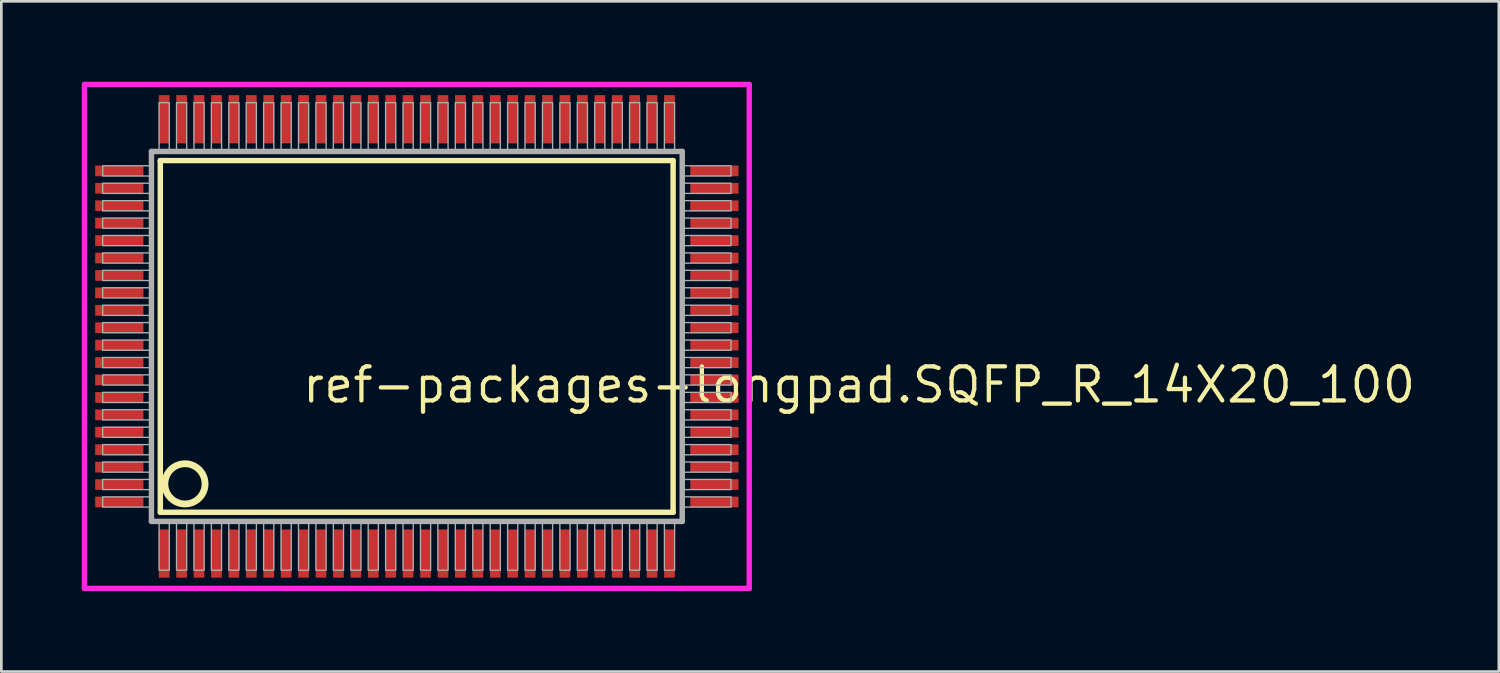
<source format=kicad_pcb>
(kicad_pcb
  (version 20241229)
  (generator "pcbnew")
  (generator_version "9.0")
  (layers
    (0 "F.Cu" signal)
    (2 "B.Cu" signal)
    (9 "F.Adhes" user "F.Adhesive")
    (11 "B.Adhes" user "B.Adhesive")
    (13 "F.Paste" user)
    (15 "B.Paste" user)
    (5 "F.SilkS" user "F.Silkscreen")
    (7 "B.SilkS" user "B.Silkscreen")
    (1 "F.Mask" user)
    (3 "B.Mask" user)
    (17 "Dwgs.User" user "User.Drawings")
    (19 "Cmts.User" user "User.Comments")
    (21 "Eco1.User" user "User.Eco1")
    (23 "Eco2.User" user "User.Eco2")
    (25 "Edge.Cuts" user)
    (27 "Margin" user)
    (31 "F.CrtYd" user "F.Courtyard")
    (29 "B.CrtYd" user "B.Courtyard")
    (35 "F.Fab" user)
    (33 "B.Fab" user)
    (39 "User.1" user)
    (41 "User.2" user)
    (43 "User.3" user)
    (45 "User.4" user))
  (footprint "ref-packages-longpad.SQFP_R_14X20_100"
    (layer "F.Cu")
    (at 12.5 9.5)
    (property "Reference" "ref-packages-longpad.SQFP_R_14X20_100" (at -4.35 2.55 0) (layer "F.SilkS") (effects (font (size 1.27 1.27) (thickness 0.16)) (justify left bottom)))
    (attr smd)
    (fp_line (start -9.57 -6.56) (end 9.56 -6.56) (stroke (width 0.203) (type default)) (layer "F.SilkS"))
    (fp_line (start -9.57 6.56) (end -9.57 -6.56) (stroke (width 0.203) (type default)) (layer "F.SilkS"))
    (fp_line (start 9.56 -6.56) (end 9.56 6.56) (stroke (width 0.203) (type default)) (layer "F.SilkS"))
    (fp_line (start 9.56 6.56) (end -9.57 6.56) (stroke (width 0.203) (type default)) (layer "F.SilkS"))
    (fp_circle (center -8.65 5.5) (end -7.9 5.5) (stroke (width 0.254) (type default)) (fill no) (layer "F.SilkS"))
    (fp_line (start -12.4 -9.4) (end 12.4 -9.4) (stroke (width 0.2) (type default)) (layer "F.CrtYd"))
    (fp_line (start -12.4 9.4) (end -12.4 -9.4) (stroke (width 0.2) (type default)) (layer "F.CrtYd"))
    (fp_line (start 12.4 -9.4) (end 12.4 9.4) (stroke (width 0.2) (type default)) (layer "F.CrtYd"))
    (fp_line (start 12.4 9.4) (end -12.4 9.4) (stroke (width 0.2) (type default)) (layer "F.CrtYd"))
    (fp_line (start -9.9 -6.9) (end -9.9 6.9) (stroke (width 0.203) (type default)) (layer "F.Fab"))
    (fp_line (start -9.9 6.9) (end 9.9 6.9) (stroke (width 0.203) (type default)) (layer "F.Fab"))
    (fp_line (start 9.9 -6.9) (end -9.9 -6.9) (stroke (width 0.203) (type default)) (layer "F.Fab"))
    (fp_line (start 9.9 6.9) (end 9.9 -6.9) (stroke (width 0.203) (type default)) (layer "F.Fab"))
    (fp_rect (start -11.72 -5.985) (end -9.95 -6.365) (stroke (width 0.05) (type default)) (fill no) (layer "F.Fab"))
    (fp_rect (start -11.72 -5.335) (end -9.95 -5.715) (stroke (width 0.05) (type default)) (fill no) (layer "F.Fab"))
    (fp_rect (start -11.72 -4.685) (end -9.95 -5.065) (stroke (width 0.05) (type default)) (fill no) (layer "F.Fab"))
    (fp_rect (start -11.72 -4.035) (end -9.95 -4.415) (stroke (width 0.05) (type default)) (fill no) (layer "F.Fab"))
    (fp_rect (start -11.72 -3.385) (end -9.95 -3.765) (stroke (width 0.05) (type default)) (fill no) (layer "F.Fab"))
    (fp_rect (start -11.72 -2.735) (end -9.95 -3.115) (stroke (width 0.05) (type default)) (fill no) (layer "F.Fab"))
    (fp_rect (start -11.72 -2.085) (end -9.95 -2.465) (stroke (width 0.05) (type default)) (fill no) (layer "F.Fab"))
    (fp_rect (start -11.72 -1.435) (end -9.95 -1.815) (stroke (width 0.05) (type default)) (fill no) (layer "F.Fab"))
    (fp_rect (start -11.72 -0.785) (end -9.95 -1.165) (stroke (width 0.05) (type default)) (fill no) (layer "F.Fab"))
    (fp_rect (start -11.72 -0.135) (end -9.95 -0.515) (stroke (width 0.05) (type default)) (fill no) (layer "F.Fab"))
    (fp_rect (start -11.72 0.515) (end -9.95 0.135) (stroke (width 0.05) (type default)) (fill no) (layer "F.Fab"))
    (fp_rect (start -11.72 1.165) (end -9.95 0.785) (stroke (width 0.05) (type default)) (fill no) (layer "F.Fab"))
    (fp_rect (start -11.72 1.815) (end -9.95 1.435) (stroke (width 0.05) (type default)) (fill no) (layer "F.Fab"))
    (fp_rect (start -11.72 2.465) (end -9.95 2.085) (stroke (width 0.05) (type default)) (fill no) (layer "F.Fab"))
    (fp_rect (start -11.72 3.115) (end -9.95 2.735) (stroke (width 0.05) (type default)) (fill no) (layer "F.Fab"))
    (fp_rect (start -11.72 3.765) (end -9.95 3.385) (stroke (width 0.05) (type default)) (fill no) (layer "F.Fab"))
    (fp_rect (start -11.72 4.415) (end -9.95 4.035) (stroke (width 0.05) (type default)) (fill no) (layer "F.Fab"))
    (fp_rect (start -11.72 5.065) (end -9.95 4.685) (stroke (width 0.05) (type default)) (fill no) (layer "F.Fab"))
    (fp_rect (start -11.72 5.715) (end -9.95 5.335) (stroke (width 0.05) (type default)) (fill no) (layer "F.Fab"))
    (fp_rect (start -11.72 6.365) (end -9.95 5.985) (stroke (width 0.05) (type default)) (fill no) (layer "F.Fab"))
    (fp_rect (start -9.615 -6.95) (end -9.235 -8.72) (stroke (width 0.05) (type default)) (fill no) (layer "F.Fab"))
    (fp_rect (start -9.615 8.72) (end -9.235 6.95) (stroke (width 0.05) (type default)) (fill no) (layer "F.Fab"))
    (fp_rect (start -8.965 -6.95) (end -8.585 -8.72) (stroke (width 0.05) (type default)) (fill no) (layer "F.Fab"))
    (fp_rect (start -8.965 8.72) (end -8.585 6.95) (stroke (width 0.05) (type default)) (fill no) (layer "F.Fab"))
    (fp_rect (start -8.315 -6.95) (end -7.935 -8.72) (stroke (width 0.05) (type default)) (fill no) (layer "F.Fab"))
    (fp_rect (start -8.315 8.72) (end -7.935 6.95) (stroke (width 0.05) (type default)) (fill no) (layer "F.Fab"))
    (fp_rect (start -7.665 -6.95) (end -7.285 -8.72) (stroke (width 0.05) (type default)) (fill no) (layer "F.Fab"))
    (fp_rect (start -7.665 8.72) (end -7.285 6.95) (stroke (width 0.05) (type default)) (fill no) (layer "F.Fab"))
    (fp_rect (start -7.015 -6.95) (end -6.635 -8.72) (stroke (width 0.05) (type default)) (fill no) (layer "F.Fab"))
    (fp_rect (start -7.015 8.72) (end -6.635 6.95) (stroke (width 0.05) (type default)) (fill no) (layer "F.Fab"))
    (fp_rect (start -6.365 -6.95) (end -5.985 -8.72) (stroke (width 0.05) (type default)) (fill no) (layer "F.Fab"))
    (fp_rect (start -6.365 8.72) (end -5.985 6.95) (stroke (width 0.05) (type default)) (fill no) (layer "F.Fab"))
    (fp_rect (start -5.715 -6.95) (end -5.335 -8.72) (stroke (width 0.05) (type default)) (fill no) (layer "F.Fab"))
    (fp_rect (start -5.715 8.72) (end -5.335 6.95) (stroke (width 0.05) (type default)) (fill no) (layer "F.Fab"))
    (fp_rect (start -5.065 -6.95) (end -4.685 -8.72) (stroke (width 0.05) (type default)) (fill no) (layer "F.Fab"))
    (fp_rect (start -5.065 8.72) (end -4.685 6.95) (stroke (width 0.05) (type default)) (fill no) (layer "F.Fab"))
    (fp_rect (start -4.415 -6.95) (end -4.035 -8.72) (stroke (width 0.05) (type default)) (fill no) (layer "F.Fab"))
    (fp_rect (start -4.415 8.72) (end -4.035 6.95) (stroke (width 0.05) (type default)) (fill no) (layer "F.Fab"))
    (fp_rect (start -3.765 -6.95) (end -3.385 -8.72) (stroke (width 0.05) (type default)) (fill no) (layer "F.Fab"))
    (fp_rect (start -3.765 8.72) (end -3.385 6.95) (stroke (width 0.05) (type default)) (fill no) (layer "F.Fab"))
    (fp_rect (start -3.115 -6.95) (end -2.735 -8.72) (stroke (width 0.05) (type default)) (fill no) (layer "F.Fab"))
    (fp_rect (start -3.115 8.72) (end -2.735 6.95) (stroke (width 0.05) (type default)) (fill no) (layer "F.Fab"))
    (fp_rect (start -2.465 -6.95) (end -2.085 -8.72) (stroke (width 0.05) (type default)) (fill no) (layer "F.Fab"))
    (fp_rect (start -2.465 8.72) (end -2.085 6.95) (stroke (width 0.05) (type default)) (fill no) (layer "F.Fab"))
    (fp_rect (start -1.815 -6.95) (end -1.435 -8.72) (stroke (width 0.05) (type default)) (fill no) (layer "F.Fab"))
    (fp_rect (start -1.815 8.72) (end -1.435 6.95) (stroke (width 0.05) (type default)) (fill no) (layer "F.Fab"))
    (fp_rect (start -1.165 -6.95) (end -0.785 -8.72) (stroke (width 0.05) (type default)) (fill no) (layer "F.Fab"))
    (fp_rect (start -1.165 8.72) (end -0.785 6.95) (stroke (width 0.05) (type default)) (fill no) (layer "F.Fab"))
    (fp_rect (start -0.515 -6.95) (end -0.135 -8.72) (stroke (width 0.05) (type default)) (fill no) (layer "F.Fab"))
    (fp_rect (start -0.515 8.72) (end -0.135 6.95) (stroke (width 0.05) (type default)) (fill no) (layer "F.Fab"))
    (fp_rect (start 0.135 -6.95) (end 0.515 -8.72) (stroke (width 0.05) (type default)) (fill no) (layer "F.Fab"))
    (fp_rect (start 0.135 8.72) (end 0.515 6.95) (stroke (width 0.05) (type default)) (fill no) (layer "F.Fab"))
    (fp_rect (start 0.785 -6.95) (end 1.165 -8.72) (stroke (width 0.05) (type default)) (fill no) (layer "F.Fab"))
    (fp_rect (start 0.785 8.72) (end 1.165 6.95) (stroke (width 0.05) (type default)) (fill no) (layer "F.Fab"))
    (fp_rect (start 1.435 -6.95) (end 1.815 -8.72) (stroke (width 0.05) (type default)) (fill no) (layer "F.Fab"))
    (fp_rect (start 1.435 8.72) (end 1.815 6.95) (stroke (width 0.05) (type default)) (fill no) (layer "F.Fab"))
    (fp_rect (start 2.085 -6.95) (end 2.465 -8.72) (stroke (width 0.05) (type default)) (fill no) (layer "F.Fab"))
    (fp_rect (start 2.085 8.72) (end 2.465 6.95) (stroke (width 0.05) (type default)) (fill no) (layer "F.Fab"))
    (fp_rect (start 2.735 -6.95) (end 3.115 -8.72) (stroke (width 0.05) (type default)) (fill no) (layer "F.Fab"))
    (fp_rect (start 2.735 8.72) (end 3.115 6.95) (stroke (width 0.05) (type default)) (fill no) (layer "F.Fab"))
    (fp_rect (start 3.385 -6.95) (end 3.765 -8.72) (stroke (width 0.05) (type default)) (fill no) (layer "F.Fab"))
    (fp_rect (start 3.385 8.72) (end 3.765 6.95) (stroke (width 0.05) (type default)) (fill no) (layer "F.Fab"))
    (fp_rect (start 4.035 -6.95) (end 4.415 -8.72) (stroke (width 0.05) (type default)) (fill no) (layer "F.Fab"))
    (fp_rect (start 4.035 8.72) (end 4.415 6.95) (stroke (width 0.05) (type default)) (fill no) (layer "F.Fab"))
    (fp_rect (start 4.685 -6.95) (end 5.065 -8.72) (stroke (width 0.05) (type default)) (fill no) (layer "F.Fab"))
    (fp_rect (start 4.685 8.72) (end 5.065 6.95) (stroke (width 0.05) (type default)) (fill no) (layer "F.Fab"))
    (fp_rect (start 5.335 -6.95) (end 5.715 -8.72) (stroke (width 0.05) (type default)) (fill no) (layer "F.Fab"))
    (fp_rect (start 5.335 8.72) (end 5.715 6.95) (stroke (width 0.05) (type default)) (fill no) (layer "F.Fab"))
    (fp_rect (start 5.985 -6.95) (end 6.365 -8.72) (stroke (width 0.05) (type default)) (fill no) (layer "F.Fab"))
    (fp_rect (start 5.985 8.72) (end 6.365 6.95) (stroke (width 0.05) (type default)) (fill no) (layer "F.Fab"))
    (fp_rect (start 6.635 -6.95) (end 7.015 -8.72) (stroke (width 0.05) (type default)) (fill no) (layer "F.Fab"))
    (fp_rect (start 6.635 8.72) (end 7.015 6.95) (stroke (width 0.05) (type default)) (fill no) (layer "F.Fab"))
    (fp_rect (start 7.285 -6.95) (end 7.665 -8.72) (stroke (width 0.05) (type default)) (fill no) (layer "F.Fab"))
    (fp_rect (start 7.285 8.72) (end 7.665 6.95) (stroke (width 0.05) (type default)) (fill no) (layer "F.Fab"))
    (fp_rect (start 7.935 -6.95) (end 8.315 -8.72) (stroke (width 0.05) (type default)) (fill no) (layer "F.Fab"))
    (fp_rect (start 7.935 8.72) (end 8.315 6.95) (stroke (width 0.05) (type default)) (fill no) (layer "F.Fab"))
    (fp_rect (start 8.585 -6.95) (end 8.965 -8.72) (stroke (width 0.05) (type default)) (fill no) (layer "F.Fab"))
    (fp_rect (start 8.585 8.72) (end 8.965 6.95) (stroke (width 0.05) (type default)) (fill no) (layer "F.Fab"))
    (fp_rect (start 9.235 -6.95) (end 9.615 -8.72) (stroke (width 0.05) (type default)) (fill no) (layer "F.Fab"))
    (fp_rect (start 9.235 8.72) (end 9.615 6.95) (stroke (width 0.05) (type default)) (fill no) (layer "F.Fab"))
    (fp_rect (start 9.95 -5.985) (end 11.72 -6.365) (stroke (width 0.05) (type default)) (fill no) (layer "F.Fab"))
    (fp_rect (start 9.95 -5.335) (end 11.72 -5.715) (stroke (width 0.05) (type default)) (fill no) (layer "F.Fab"))
    (fp_rect (start 9.95 -4.685) (end 11.72 -5.065) (stroke (width 0.05) (type default)) (fill no) (layer "F.Fab"))
    (fp_rect (start 9.95 -4.035) (end 11.72 -4.415) (stroke (width 0.05) (type default)) (fill no) (layer "F.Fab"))
    (fp_rect (start 9.95 -3.385) (end 11.72 -3.765) (stroke (width 0.05) (type default)) (fill no) (layer "F.Fab"))
    (fp_rect (start 9.95 -2.735) (end 11.72 -3.115) (stroke (width 0.05) (type default)) (fill no) (layer "F.Fab"))
    (fp_rect (start 9.95 -2.085) (end 11.72 -2.465) (stroke (width 0.05) (type default)) (fill no) (layer "F.Fab"))
    (fp_rect (start 9.95 -1.435) (end 11.72 -1.815) (stroke (width 0.05) (type default)) (fill no) (layer "F.Fab"))
    (fp_rect (start 9.95 -0.785) (end 11.72 -1.165) (stroke (width 0.05) (type default)) (fill no) (layer "F.Fab"))
    (fp_rect (start 9.95 -0.135) (end 11.72 -0.515) (stroke (width 0.05) (type default)) (fill no) (layer "F.Fab"))
    (fp_rect (start 9.95 0.515) (end 11.72 0.135) (stroke (width 0.05) (type default)) (fill no) (layer "F.Fab"))
    (fp_rect (start 9.95 1.165) (end 11.72 0.785) (stroke (width 0.05) (type default)) (fill no) (layer "F.Fab"))
    (fp_rect (start 9.95 1.815) (end 11.72 1.435) (stroke (width 0.05) (type default)) (fill no) (layer "F.Fab"))
    (fp_rect (start 9.95 2.465) (end 11.72 2.085) (stroke (width 0.05) (type default)) (fill no) (layer "F.Fab"))
    (fp_rect (start 9.95 3.115) (end 11.72 2.735) (stroke (width 0.05) (type default)) (fill no) (layer "F.Fab"))
    (fp_rect (start 9.95 3.765) (end 11.72 3.385) (stroke (width 0.05) (type default)) (fill no) (layer "F.Fab"))
    (fp_rect (start 9.95 4.415) (end 11.72 4.035) (stroke (width 0.05) (type default)) (fill no) (layer "F.Fab"))
    (fp_rect (start 9.95 5.065) (end 11.72 4.685) (stroke (width 0.05) (type default)) (fill no) (layer "F.Fab"))
    (fp_rect (start 9.95 5.715) (end 11.72 5.335) (stroke (width 0.05) (type default)) (fill no) (layer "F.Fab"))
    (fp_rect (start 9.95 6.365) (end 11.72 5.985) (stroke (width 0.05) (type default)) (fill no) (layer "F.Fab"))
    (pad "1" smd roundrect (at -9.425 8.1) (size 0.4 1.8) (layers "F.Cu" "F.Mask" "F.Paste") (roundrect_rratio 0.01))
    (pad "2" smd roundrect (at -8.775 8.1) (size 0.4 1.8) (layers "F.Cu" "F.Mask" "F.Paste") (roundrect_rratio 0.01))
    (pad "3" smd roundrect (at -8.125 8.1) (size 0.4 1.8) (layers "F.Cu" "F.Mask" "F.Paste") (roundrect_rratio 0.01))
    (pad "4" smd roundrect (at -7.475 8.1) (size 0.4 1.8) (layers "F.Cu" "F.Mask" "F.Paste") (roundrect_rratio 0.01))
    (pad "5" smd roundrect (at -6.825 8.1) (size 0.4 1.8) (layers "F.Cu" "F.Mask" "F.Paste") (roundrect_rratio 0.01))
    (pad "6" smd roundrect (at -6.175 8.1) (size 0.4 1.8) (layers "F.Cu" "F.Mask" "F.Paste") (roundrect_rratio 0.01))
    (pad "7" smd roundrect (at -5.525 8.1) (size 0.4 1.8) (layers "F.Cu" "F.Mask" "F.Paste") (roundrect_rratio 0.01))
    (pad "8" smd roundrect (at -4.875 8.1) (size 0.4 1.8) (layers "F.Cu" "F.Mask" "F.Paste") (roundrect_rratio 0.01))
    (pad "9" smd roundrect (at -4.225 8.1) (size 0.4 1.8) (layers "F.Cu" "F.Mask" "F.Paste") (roundrect_rratio 0.01))
    (pad "10" smd roundrect (at -3.575 8.1) (size 0.4 1.8) (layers "F.Cu" "F.Mask" "F.Paste") (roundrect_rratio 0.01))
    (pad "11" smd roundrect (at -2.925 8.1) (size 0.4 1.8) (layers "F.Cu" "F.Mask" "F.Paste") (roundrect_rratio 0.01))
    (pad "12" smd roundrect (at -2.275 8.1) (size 0.4 1.8) (layers "F.Cu" "F.Mask" "F.Paste") (roundrect_rratio 0.01))
    (pad "13" smd roundrect (at -1.625 8.1) (size 0.4 1.8) (layers "F.Cu" "F.Mask" "F.Paste") (roundrect_rratio 0.01))
    (pad "14" smd roundrect (at -0.975 8.1) (size 0.4 1.8) (layers "F.Cu" "F.Mask" "F.Paste") (roundrect_rratio 0.01))
    (pad "15" smd roundrect (at -0.325 8.1) (size 0.4 1.8) (layers "F.Cu" "F.Mask" "F.Paste") (roundrect_rratio 0.01))
    (pad "16" smd roundrect (at 0.325 8.1) (size 0.4 1.8) (layers "F.Cu" "F.Mask" "F.Paste") (roundrect_rratio 0.01))
    (pad "17" smd roundrect (at 0.975 8.1) (size 0.4 1.8) (layers "F.Cu" "F.Mask" "F.Paste") (roundrect_rratio 0.01))
    (pad "18" smd roundrect (at 1.625 8.1) (size 0.4 1.8) (layers "F.Cu" "F.Mask" "F.Paste") (roundrect_rratio 0.01))
    (pad "19" smd roundrect (at 2.275 8.1) (size 0.4 1.8) (layers "F.Cu" "F.Mask" "F.Paste") (roundrect_rratio 0.01))
    (pad "20" smd roundrect (at 2.925 8.1) (size 0.4 1.8) (layers "F.Cu" "F.Mask" "F.Paste") (roundrect_rratio 0.01))
    (pad "21" smd roundrect (at 3.575 8.1) (size 0.4 1.8) (layers "F.Cu" "F.Mask" "F.Paste") (roundrect_rratio 0.01))
    (pad "22" smd roundrect (at 4.225 8.1) (size 0.4 1.8) (layers "F.Cu" "F.Mask" "F.Paste") (roundrect_rratio 0.01))
    (pad "23" smd roundrect (at 4.875 8.1) (size 0.4 1.8) (layers "F.Cu" "F.Mask" "F.Paste") (roundrect_rratio 0.01))
    (pad "24" smd roundrect (at 5.525 8.1) (size 0.4 1.8) (layers "F.Cu" "F.Mask" "F.Paste") (roundrect_rratio 0.01))
    (pad "25" smd roundrect (at 6.175 8.1) (size 0.4 1.8) (layers "F.Cu" "F.Mask" "F.Paste") (roundrect_rratio 0.01))
    (pad "26" smd roundrect (at 6.825 8.1) (size 0.4 1.8) (layers "F.Cu" "F.Mask" "F.Paste") (roundrect_rratio 0.01))
    (pad "27" smd roundrect (at 7.475 8.1) (size 0.4 1.8) (layers "F.Cu" "F.Mask" "F.Paste") (roundrect_rratio 0.01))
    (pad "28" smd roundrect (at 8.125 8.1) (size 0.4 1.8) (layers "F.Cu" "F.Mask" "F.Paste") (roundrect_rratio 0.01))
    (pad "29" smd roundrect (at 8.775 8.1) (size 0.4 1.8) (layers "F.Cu" "F.Mask" "F.Paste") (roundrect_rratio 0.01))
    (pad "30" smd roundrect (at 9.425 8.1) (size 0.4 1.8) (layers "F.Cu" "F.Mask" "F.Paste") (roundrect_rratio 0.01))
    (pad "31" smd roundrect (at 11.1 6.175) (size 1.8 0.4) (layers "F.Cu" "F.Mask" "F.Paste") (roundrect_rratio 0.01))
    (pad "32" smd roundrect (at 11.1 5.525) (size 1.8 0.4) (layers "F.Cu" "F.Mask" "F.Paste") (roundrect_rratio 0.01))
    (pad "33" smd roundrect (at 11.1 4.875) (size 1.8 0.4) (layers "F.Cu" "F.Mask" "F.Paste") (roundrect_rratio 0.01))
    (pad "34" smd roundrect (at 11.1 4.225) (size 1.8 0.4) (layers "F.Cu" "F.Mask" "F.Paste") (roundrect_rratio 0.01))
    (pad "35" smd roundrect (at 11.1 3.575) (size 1.8 0.4) (layers "F.Cu" "F.Mask" "F.Paste") (roundrect_rratio 0.01))
    (pad "36" smd roundrect (at 11.1 2.925) (size 1.8 0.4) (layers "F.Cu" "F.Mask" "F.Paste") (roundrect_rratio 0.01))
    (pad "37" smd roundrect (at 11.1 2.275) (size 1.8 0.4) (layers "F.Cu" "F.Mask" "F.Paste") (roundrect_rratio 0.01))
    (pad "38" smd roundrect (at 11.1 1.625) (size 1.8 0.4) (layers "F.Cu" "F.Mask" "F.Paste") (roundrect_rratio 0.01))
    (pad "39" smd roundrect (at 11.1 0.975) (size 1.8 0.4) (layers "F.Cu" "F.Mask" "F.Paste") (roundrect_rratio 0.01))
    (pad "40" smd roundrect (at 11.1 0.325) (size 1.8 0.4) (layers "F.Cu" "F.Mask" "F.Paste") (roundrect_rratio 0.01))
    (pad "41" smd roundrect (at 11.1 -0.325) (size 1.8 0.4) (layers "F.Cu" "F.Mask" "F.Paste") (roundrect_rratio 0.01))
    (pad "42" smd roundrect (at 11.1 -0.975) (size 1.8 0.4) (layers "F.Cu" "F.Mask" "F.Paste") (roundrect_rratio 0.01))
    (pad "43" smd roundrect (at 11.1 -1.625) (size 1.8 0.4) (layers "F.Cu" "F.Mask" "F.Paste") (roundrect_rratio 0.01))
    (pad "44" smd roundrect (at 11.1 -2.275) (size 1.8 0.4) (layers "F.Cu" "F.Mask" "F.Paste") (roundrect_rratio 0.01))
    (pad "45" smd roundrect (at 11.1 -2.925) (size 1.8 0.4) (layers "F.Cu" "F.Mask" "F.Paste") (roundrect_rratio 0.01))
    (pad "46" smd roundrect (at 11.1 -3.575) (size 1.8 0.4) (layers "F.Cu" "F.Mask" "F.Paste") (roundrect_rratio 0.01))
    (pad "47" smd roundrect (at 11.1 -4.225) (size 1.8 0.4) (layers "F.Cu" "F.Mask" "F.Paste") (roundrect_rratio 0.01))
    (pad "48" smd roundrect (at 11.1 -4.875) (size 1.8 0.4) (layers "F.Cu" "F.Mask" "F.Paste") (roundrect_rratio 0.01))
    (pad "49" smd roundrect (at 11.1 -5.525) (size 1.8 0.4) (layers "F.Cu" "F.Mask" "F.Paste") (roundrect_rratio 0.01))
    (pad "50" smd roundrect (at 11.1 -6.175) (size 1.8 0.4) (layers "F.Cu" "F.Mask" "F.Paste") (roundrect_rratio 0.01))
    (pad "51" smd roundrect (at 9.425 -8.1) (size 0.4 1.8) (layers "F.Cu" "F.Mask" "F.Paste") (roundrect_rratio 0.01))
    (pad "52" smd roundrect (at 8.775 -8.1) (size 0.4 1.8) (layers "F.Cu" "F.Mask" "F.Paste") (roundrect_rratio 0.01))
    (pad "53" smd roundrect (at 8.125 -8.1) (size 0.4 1.8) (layers "F.Cu" "F.Mask" "F.Paste") (roundrect_rratio 0.01))
    (pad "54" smd roundrect (at 7.475 -8.1) (size 0.4 1.8) (layers "F.Cu" "F.Mask" "F.Paste") (roundrect_rratio 0.01))
    (pad "55" smd roundrect (at 6.825 -8.1) (size 0.4 1.8) (layers "F.Cu" "F.Mask" "F.Paste") (roundrect_rratio 0.01))
    (pad "56" smd roundrect (at 6.175 -8.1) (size 0.4 1.8) (layers "F.Cu" "F.Mask" "F.Paste") (roundrect_rratio 0.01))
    (pad "57" smd roundrect (at 5.525 -8.1) (size 0.4 1.8) (layers "F.Cu" "F.Mask" "F.Paste") (roundrect_rratio 0.01))
    (pad "58" smd roundrect (at 4.875 -8.1) (size 0.4 1.8) (layers "F.Cu" "F.Mask" "F.Paste") (roundrect_rratio 0.01))
    (pad "59" smd roundrect (at 4.225 -8.1) (size 0.4 1.8) (layers "F.Cu" "F.Mask" "F.Paste") (roundrect_rratio 0.01))
    (pad "60" smd roundrect (at 3.575 -8.1) (size 0.4 1.8) (layers "F.Cu" "F.Mask" "F.Paste") (roundrect_rratio 0.01))
    (pad "61" smd roundrect (at 2.925 -8.1) (size 0.4 1.8) (layers "F.Cu" "F.Mask" "F.Paste") (roundrect_rratio 0.01))
    (pad "62" smd roundrect (at 2.275 -8.1) (size 0.4 1.8) (layers "F.Cu" "F.Mask" "F.Paste") (roundrect_rratio 0.01))
    (pad "63" smd roundrect (at 1.625 -8.1) (size 0.4 1.8) (layers "F.Cu" "F.Mask" "F.Paste") (roundrect_rratio 0.01))
    (pad "64" smd roundrect (at 0.975 -8.1) (size 0.4 1.8) (layers "F.Cu" "F.Mask" "F.Paste") (roundrect_rratio 0.01))
    (pad "65" smd roundrect (at 0.325 -8.1) (size 0.4 1.8) (layers "F.Cu" "F.Mask" "F.Paste") (roundrect_rratio 0.01))
    (pad "66" smd roundrect (at -0.325 -8.1) (size 0.4 1.8) (layers "F.Cu" "F.Mask" "F.Paste") (roundrect_rratio 0.01))
    (pad "67" smd roundrect (at -0.975 -8.1) (size 0.4 1.8) (layers "F.Cu" "F.Mask" "F.Paste") (roundrect_rratio 0.01))
    (pad "68" smd roundrect (at -1.625 -8.1) (size 0.4 1.8) (layers "F.Cu" "F.Mask" "F.Paste") (roundrect_rratio 0.01))
    (pad "69" smd roundrect (at -2.275 -8.1) (size 0.4 1.8) (layers "F.Cu" "F.Mask" "F.Paste") (roundrect_rratio 0.01))
    (pad "70" smd roundrect (at -2.925 -8.1) (size 0.4 1.8) (layers "F.Cu" "F.Mask" "F.Paste") (roundrect_rratio 0.01))
    (pad "71" smd roundrect (at -3.575 -8.1) (size 0.4 1.8) (layers "F.Cu" "F.Mask" "F.Paste") (roundrect_rratio 0.01))
    (pad "72" smd roundrect (at -4.225 -8.1) (size 0.4 1.8) (layers "F.Cu" "F.Mask" "F.Paste") (roundrect_rratio 0.01))
    (pad "73" smd roundrect (at -4.875 -8.1) (size 0.4 1.8) (layers "F.Cu" "F.Mask" "F.Paste") (roundrect_rratio 0.01))
    (pad "74" smd roundrect (at -5.525 -8.1) (size 0.4 1.8) (layers "F.Cu" "F.Mask" "F.Paste") (roundrect_rratio 0.01))
    (pad "75" smd roundrect (at -6.175 -8.1) (size 0.4 1.8) (layers "F.Cu" "F.Mask" "F.Paste") (roundrect_rratio 0.01))
    (pad "76" smd roundrect (at -6.825 -8.1) (size 0.4 1.8) (layers "F.Cu" "F.Mask" "F.Paste") (roundrect_rratio 0.01))
    (pad "77" smd roundrect (at -7.475 -8.1) (size 0.4 1.8) (layers "F.Cu" "F.Mask" "F.Paste") (roundrect_rratio 0.01))
    (pad "78" smd roundrect (at -8.125 -8.1) (size 0.4 1.8) (layers "F.Cu" "F.Mask" "F.Paste") (roundrect_rratio 0.01))
    (pad "79" smd roundrect (at -8.775 -8.1) (size 0.4 1.8) (layers "F.Cu" "F.Mask" "F.Paste") (roundrect_rratio 0.01))
    (pad "80" smd roundrect (at -9.425 -8.1) (size 0.4 1.8) (layers "F.Cu" "F.Mask" "F.Paste") (roundrect_rratio 0.01))
    (pad "81" smd roundrect (at -11.1 -6.175) (size 1.8 0.4) (layers "F.Cu" "F.Mask" "F.Paste") (roundrect_rratio 0.01))
    (pad "82" smd roundrect (at -11.1 -5.525) (size 1.8 0.4) (layers "F.Cu" "F.Mask" "F.Paste") (roundrect_rratio 0.01))
    (pad "83" smd roundrect (at -11.1 -4.875) (size 1.8 0.4) (layers "F.Cu" "F.Mask" "F.Paste") (roundrect_rratio 0.01))
    (pad "84" smd roundrect (at -11.1 -4.225) (size 1.8 0.4) (layers "F.Cu" "F.Mask" "F.Paste") (roundrect_rratio 0.01))
    (pad "85" smd roundrect (at -11.1 -3.575) (size 1.8 0.4) (layers "F.Cu" "F.Mask" "F.Paste") (roundrect_rratio 0.01))
    (pad "86" smd roundrect (at -11.1 -2.925) (size 1.8 0.4) (layers "F.Cu" "F.Mask" "F.Paste") (roundrect_rratio 0.01))
    (pad "87" smd roundrect (at -11.1 -2.275) (size 1.8 0.4) (layers "F.Cu" "F.Mask" "F.Paste") (roundrect_rratio 0.01))
    (pad "88" smd roundrect (at -11.1 -1.625) (size 1.8 0.4) (layers "F.Cu" "F.Mask" "F.Paste") (roundrect_rratio 0.01))
    (pad "89" smd roundrect (at -11.1 -0.975) (size 1.8 0.4) (layers "F.Cu" "F.Mask" "F.Paste") (roundrect_rratio 0.01))
    (pad "90" smd roundrect (at -11.1 -0.325) (size 1.8 0.4) (layers "F.Cu" "F.Mask" "F.Paste") (roundrect_rratio 0.01))
    (pad "91" smd roundrect (at -11.1 0.325) (size 1.8 0.4) (layers "F.Cu" "F.Mask" "F.Paste") (roundrect_rratio 0.01))
    (pad "92" smd roundrect (at -11.1 0.975) (size 1.8 0.4) (layers "F.Cu" "F.Mask" "F.Paste") (roundrect_rratio 0.01))
    (pad "93" smd roundrect (at -11.1 1.625) (size 1.8 0.4) (layers "F.Cu" "F.Mask" "F.Paste") (roundrect_rratio 0.01))
    (pad "94" smd roundrect (at -11.1 2.275) (size 1.8 0.4) (layers "F.Cu" "F.Mask" "F.Paste") (roundrect_rratio 0.01))
    (pad "95" smd roundrect (at -11.1 2.925) (size 1.8 0.4) (layers "F.Cu" "F.Mask" "F.Paste") (roundrect_rratio 0.01))
    (pad "96" smd roundrect (at -11.1 3.575) (size 1.8 0.4) (layers "F.Cu" "F.Mask" "F.Paste") (roundrect_rratio 0.01))
    (pad "97" smd roundrect (at -11.1 4.225) (size 1.8 0.4) (layers "F.Cu" "F.Mask" "F.Paste") (roundrect_rratio 0.01))
    (pad "98" smd roundrect (at -11.1 4.875) (size 1.8 0.4) (layers "F.Cu" "F.Mask" "F.Paste") (roundrect_rratio 0.01))
    (pad "99" smd roundrect (at -11.1 5.525) (size 1.8 0.4) (layers "F.Cu" "F.Mask" "F.Paste") (roundrect_rratio 0.01))
    (pad "100" smd roundrect (at -11.1 6.175) (size 1.8 0.4) (layers "F.Cu" "F.Mask" "F.Paste") (roundrect_rratio 0.01)))
  (gr_rect
    (start -3 -3)
    (end 52.863 22)
    (stroke (width 0.1) (type default))
    (fill no)
    (layer "Edge.Cuts")))
</source>
